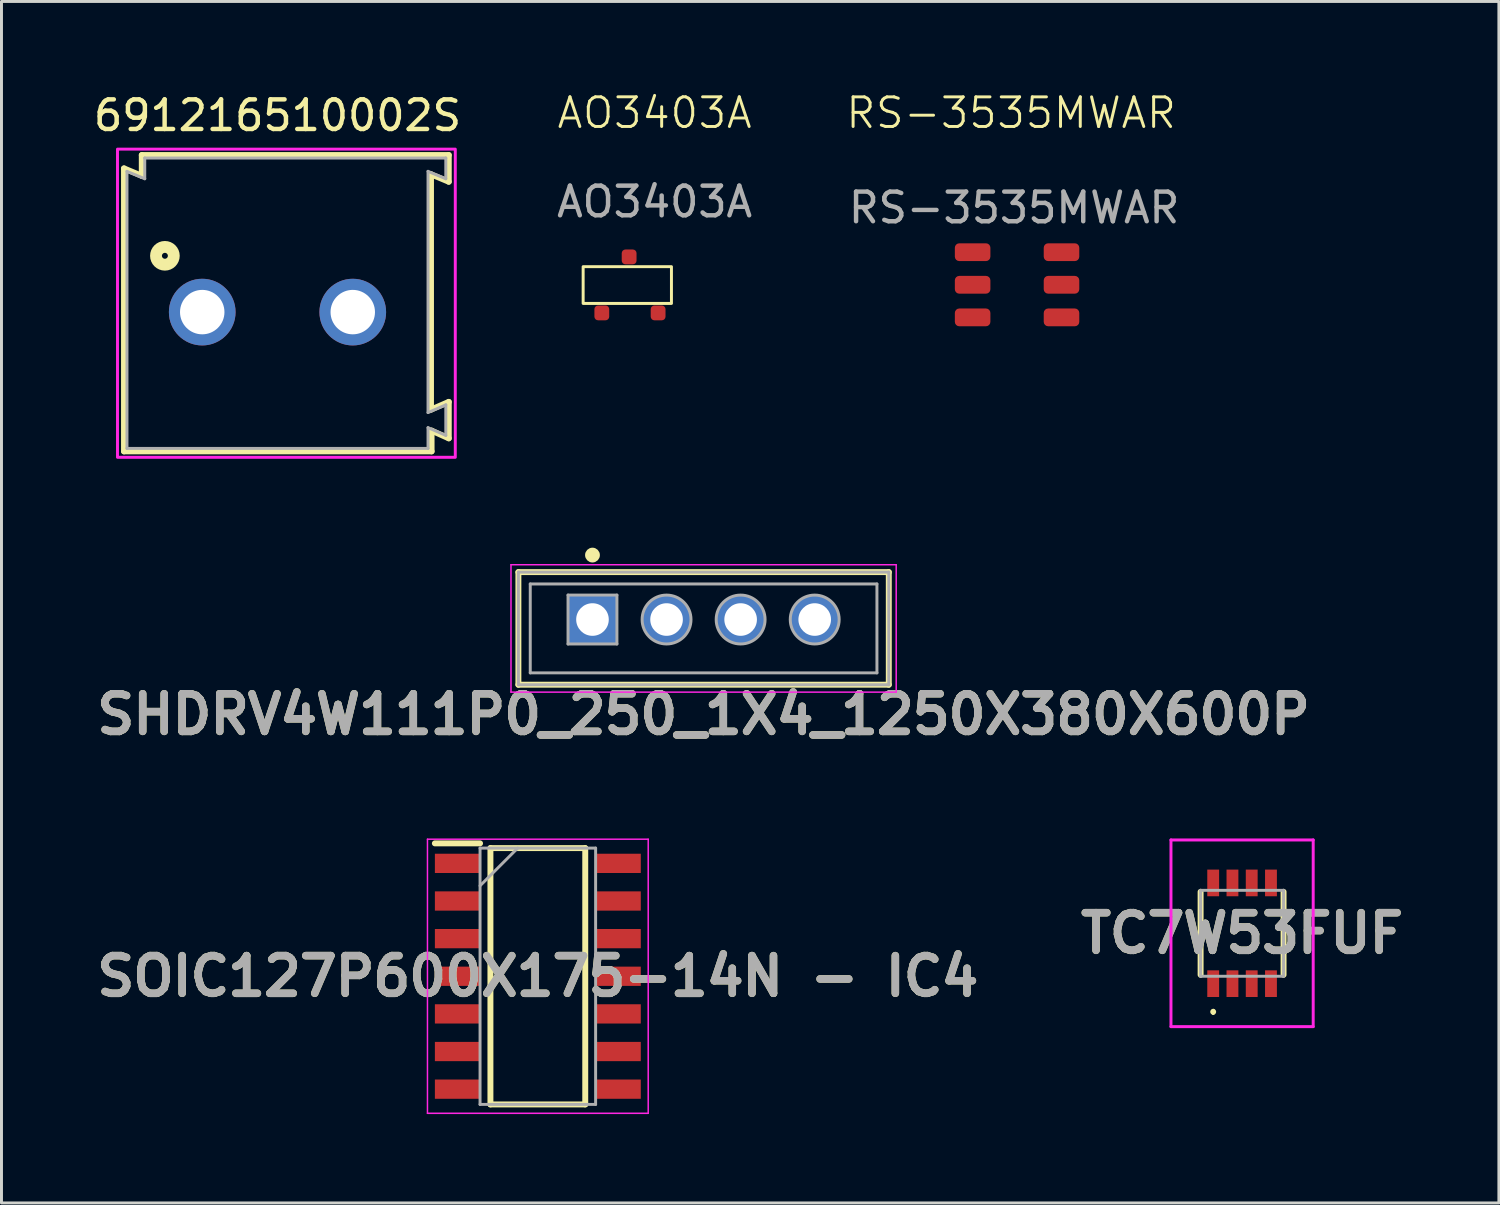
<source format=kicad_pcb>
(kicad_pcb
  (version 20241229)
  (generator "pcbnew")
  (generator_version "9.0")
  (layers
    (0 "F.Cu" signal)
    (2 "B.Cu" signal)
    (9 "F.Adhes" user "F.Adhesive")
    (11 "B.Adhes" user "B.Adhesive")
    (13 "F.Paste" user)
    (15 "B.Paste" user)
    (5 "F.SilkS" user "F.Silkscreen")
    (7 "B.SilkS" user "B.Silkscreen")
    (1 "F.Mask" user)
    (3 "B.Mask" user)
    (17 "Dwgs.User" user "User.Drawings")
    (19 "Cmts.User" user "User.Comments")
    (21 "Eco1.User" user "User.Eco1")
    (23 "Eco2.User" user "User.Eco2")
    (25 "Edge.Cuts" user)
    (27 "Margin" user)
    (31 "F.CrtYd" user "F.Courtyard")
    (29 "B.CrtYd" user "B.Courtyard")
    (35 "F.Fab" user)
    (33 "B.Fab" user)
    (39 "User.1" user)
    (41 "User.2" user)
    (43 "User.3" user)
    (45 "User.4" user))
  (footprint "TC7W53FUF"
    (layer "F.Cu")
    (at 38.868 28.447)
    (property "Reference" "TC7W53FUF" (at 0 0 0) (layer "F.SilkS") (effects (font (size 1.27 1.27) (thickness 0.254))))
    (attr smd)
    (fp_line (start -1.4 -1.4) (end -1.4 1.4) (stroke (width 0.2) (type solid)) (layer "F.SilkS"))
    (fp_line (start -0.975 2.6) (end -0.975 2.6) (stroke (width 0.1) (type solid)) (layer "F.SilkS"))
    (fp_line (start -0.975 2.7) (end -0.975 2.7) (stroke (width 0.1) (type solid)) (layer "F.SilkS"))
    (fp_line (start 1.4 -1.4) (end 1.4 1.4) (stroke (width 0.2) (type solid)) (layer "F.SilkS"))
    (fp_arc (start -0.975 2.6) (mid -0.925 2.65) (end -0.975 2.7) (stroke (width 0.1) (type solid)) (layer "F.SilkS"))
    (fp_arc (start -0.975 2.7) (mid -1.025 2.65) (end -0.975 2.6) (stroke (width 0.1) (type solid)) (layer "F.SilkS"))
    (fp_line (start -2.4 -3.15) (end 2.4 -3.15) (stroke (width 0.1) (type solid)) (layer "F.CrtYd"))
    (fp_line (start -2.4 3.15) (end -2.4 -3.15) (stroke (width 0.1) (type solid)) (layer "F.CrtYd"))
    (fp_line (start 2.4 -3.15) (end 2.4 3.15) (stroke (width 0.1) (type solid)) (layer "F.CrtYd"))
    (fp_line (start 2.4 3.15) (end -2.4 3.15) (stroke (width 0.1) (type solid)) (layer "F.CrtYd"))
    (fp_line (start -1.4 -1.45) (end 1.4 -1.45) (stroke (width 0.1) (type solid)) (layer "F.Fab"))
    (fp_line (start -1.4 1.45) (end -1.4 -1.45) (stroke (width 0.1) (type solid)) (layer "F.Fab"))
    (fp_line (start 1.4 -1.45) (end 1.4 1.45) (stroke (width 0.1) (type solid)) (layer "F.Fab"))
    (fp_line (start 1.4 1.45) (end -1.4 1.45) (stroke (width 0.1) (type solid)) (layer "F.Fab"))
    (fp_text user "${REFERENCE}" (at 0 0 0) (layer "F.Fab") (effects (font (size 1.27 1.27) (thickness 0.254))))
    (pad "1" smd rect (at -0.975 1.7) (size 0.4 0.9) (layers "F.Cu" "F.Mask" "F.Paste"))
    (pad "2" smd rect (at -0.325 1.7) (size 0.4 0.9) (layers "F.Cu" "F.Mask" "F.Paste"))
    (pad "3" smd rect (at 0.325 1.7) (size 0.4 0.9) (layers "F.Cu" "F.Mask" "F.Paste"))
    (pad "4" smd rect (at 0.975 1.7) (size 0.4 0.9) (layers "F.Cu" "F.Mask" "F.Paste"))
    (pad "5" smd rect (at 0.975 -1.7) (size 0.4 0.9) (layers "F.Cu" "F.Mask" "F.Paste"))
    (pad "6" smd rect (at 0.325 -1.7) (size 0.4 0.9) (layers "F.Cu" "F.Mask" "F.Paste"))
    (pad "7" smd rect (at -0.325 -1.7) (size 0.4 0.9) (layers "F.Cu" "F.Mask" "F.Paste"))
    (pad "8" smd rect (at -0.975 -1.7) (size 0.4 0.9) (layers "F.Cu" "F.Mask" "F.Paste")))
  (footprint "691216510002S"
    (layer "F.Cu")
    (at 6.315 7.483)
    (property "Reference" "691216510002S" (at 0 -6.635 0) (layer "F.SilkS") (effects (font (size 1 1) (thickness 0.15))))
    (attr through_hole)
    (fp_line (start -5.18 -4.85) (end -4.58 -4.6) (stroke (width 0.2) (type solid)) (layer "F.SilkS"))
    (fp_line (start -5.18 4.7) (end -5.18 -4.85) (stroke (width 0.2) (type solid)) (layer "F.SilkS"))
    (fp_line (start -4.58 -5.3) (end 5.78 -5.3) (stroke (width 0.2) (type solid)) (layer "F.SilkS"))
    (fp_line (start -4.58 -4.6) (end -4.58 -5.3) (stroke (width 0.2) (type solid)) (layer "F.SilkS"))
    (fp_line (start 5.18 -4.65) (end 5.18 3.29) (stroke (width 0.2) (type solid)) (layer "F.SilkS"))
    (fp_line (start 5.18 3.29) (end 5.78 3.03) (stroke (width 0.2) (type solid)) (layer "F.SilkS"))
    (fp_line (start 5.2 4) (end 5.2 4.7) (stroke (width 0.2) (type solid)) (layer "F.SilkS"))
    (fp_line (start 5.2 4.7) (end -5.18 4.7) (stroke (width 0.2) (type solid)) (layer "F.SilkS"))
    (fp_line (start 5.78 -5.3) (end 5.78 -4.4) (stroke (width 0.2) (type solid)) (layer "F.SilkS"))
    (fp_line (start 5.78 -4.4) (end 5.18 -4.65) (stroke (width 0.2) (type solid)) (layer "F.SilkS"))
    (fp_line (start 5.78 3.03) (end 5.78 4.26) (stroke (width 0.2) (type solid)) (layer "F.SilkS"))
    (fp_line (start 5.78 4.26) (end 5.2 4) (stroke (width 0.2) (type solid)) (layer "F.SilkS"))
    (fp_circle (center -3.8 -1.9) (end -3.7 -1.9) (stroke (width 0.4) (type solid)) (fill no) (layer "F.SilkS"))
    (fp_poly (pts (xy -5.4 -5.5) (xy 6 -5.5) (xy 6 4.9) (xy -5.4 4.9)) (stroke (width 0.1) (type solid)) (fill no) (layer "F.CrtYd"))
    (fp_line (start -5.08 -4.75) (end -5.08 4.6) (stroke (width 0.1) (type solid)) (layer "F.Fab"))
    (fp_line (start -5.08 -4.75) (end -4.48 -4.5) (stroke (width 0.1) (type solid)) (layer "F.Fab"))
    (fp_line (start -5.08 4.6) (end 5.08 4.6) (stroke (width 0.1) (type solid)) (layer "F.Fab"))
    (fp_line (start -4.48 -5.2) (end 5.68 -5.2) (stroke (width 0.1) (type solid)) (layer "F.Fab"))
    (fp_line (start -4.48 -4.5) (end -4.48 -5.2) (stroke (width 0.1) (type solid)) (layer "F.Fab"))
    (fp_line (start 5.08 -4.75) (end 5.08 3.39) (stroke (width 0.1) (type solid)) (layer "F.Fab"))
    (fp_line (start 5.08 -4.75) (end 5.68 -4.5) (stroke (width 0.1) (type solid)) (layer "F.Fab"))
    (fp_line (start 5.08 3.39) (end 5.68 3.13) (stroke (width 0.1) (type solid)) (layer "F.Fab"))
    (fp_line (start 5.08 3.9) (end 5.08 4.6) (stroke (width 0.1) (type solid)) (layer "F.Fab"))
    (fp_line (start 5.08 3.9) (end 5.68 4.16) (stroke (width 0.1) (type solid)) (layer "F.Fab"))
    (fp_line (start 5.68 -5.2) (end 5.68 -4.5) (stroke (width 0.1) (type solid)) (layer "F.Fab"))
    (fp_line (start 5.68 3.13) (end 5.68 4.16) (stroke (width 0.1) (type solid)) (layer "F.Fab"))
    (pad "1" thru_hole circle (at -2.54 0) (size 2.25 2.25) (drill 1.5) (layers "*.Cu" "*.Mask"))
    (pad "2" thru_hole circle (at 2.54 0) (size 2.25 2.25) (drill 1.5) (layers "*.Cu" "*.Mask")))
  (footprint "SOIC127P600X175-14N - IC4"
    (layer "F.Cu")
    (at 15.101 29.897)
    (property "Reference" "SOIC127P600X175-14N - IC4" (at 0 0 0) (layer "F.SilkS") (effects (font (size 1.27 1.27) (thickness 0.254))))
    (attr smd)
    (fp_line (start -3.475 -4.485) (end -1.95 -4.485) (stroke (width 0.2) (type solid)) (layer "F.SilkS"))
    (fp_line (start -1.6 -4.325) (end 1.6 -4.325) (stroke (width 0.2) (type solid)) (layer "F.SilkS"))
    (fp_line (start -1.6 4.325) (end -1.6 -4.325) (stroke (width 0.2) (type solid)) (layer "F.SilkS"))
    (fp_line (start 1.6 -4.325) (end 1.6 4.325) (stroke (width 0.2) (type solid)) (layer "F.SilkS"))
    (fp_line (start 1.6 4.325) (end -1.6 4.325) (stroke (width 0.2) (type solid)) (layer "F.SilkS"))
    (fp_line (start -3.725 -4.625) (end 3.725 -4.625) (stroke (width 0.05) (type solid)) (layer "F.CrtYd"))
    (fp_line (start -3.725 4.625) (end -3.725 -4.625) (stroke (width 0.05) (type solid)) (layer "F.CrtYd"))
    (fp_line (start 3.725 -4.625) (end 3.725 4.625) (stroke (width 0.05) (type solid)) (layer "F.CrtYd"))
    (fp_line (start 3.725 4.625) (end -3.725 4.625) (stroke (width 0.05) (type solid)) (layer "F.CrtYd"))
    (fp_line (start -1.95 -4.325) (end 1.95 -4.325) (stroke (width 0.1) (type solid)) (layer "F.Fab"))
    (fp_line (start -1.95 -3.055) (end -0.68 -4.325) (stroke (width 0.1) (type solid)) (layer "F.Fab"))
    (fp_line (start -1.95 4.325) (end -1.95 -4.325) (stroke (width 0.1) (type solid)) (layer "F.Fab"))
    (fp_line (start 1.95 -4.325) (end 1.95 4.325) (stroke (width 0.1) (type solid)) (layer "F.Fab"))
    (fp_line (start 1.95 4.325) (end -1.95 4.325) (stroke (width 0.1) (type solid)) (layer "F.Fab"))
    (fp_text user "${REFERENCE}" (at 0 0 0) (layer "F.Fab") (effects (font (size 1.27 1.27) (thickness 0.254))))
    (pad "1" smd rect (at -2.712 -3.81 90) (size 0.65 1.525) (layers "F.Cu" "F.Mask" "F.Paste"))
    (pad "2" smd rect (at -2.712 -2.54 90) (size 0.65 1.525) (layers "F.Cu" "F.Mask" "F.Paste"))
    (pad "3" smd rect (at -2.712 -1.27 90) (size 0.65 1.525) (layers "F.Cu" "F.Mask" "F.Paste"))
    (pad "4" smd rect (at -2.712 0 90) (size 0.65 1.525) (layers "F.Cu" "F.Mask" "F.Paste"))
    (pad "5" smd rect (at -2.712 1.27 90) (size 0.65 1.525) (layers "F.Cu" "F.Mask" "F.Paste"))
    (pad "6" smd rect (at -2.712 2.54 90) (size 0.65 1.525) (layers "F.Cu" "F.Mask" "F.Paste"))
    (pad "7" smd rect (at -2.712 3.81 90) (size 0.65 1.525) (layers "F.Cu" "F.Mask" "F.Paste"))
    (pad "8" smd rect (at 2.712 3.81 90) (size 0.65 1.525) (layers "F.Cu" "F.Mask" "F.Paste"))
    (pad "9" smd rect (at 2.712 2.54 90) (size 0.65 1.525) (layers "F.Cu" "F.Mask" "F.Paste"))
    (pad "10" smd rect (at 2.712 1.27 90) (size 0.65 1.525) (layers "F.Cu" "F.Mask" "F.Paste"))
    (pad "11" smd rect (at 2.712 0 90) (size 0.65 1.525) (layers "F.Cu" "F.Mask" "F.Paste"))
    (pad "12" smd rect (at 2.712 -1.27 90) (size 0.65 1.525) (layers "F.Cu" "F.Mask" "F.Paste"))
    (pad "13" smd rect (at 2.712 -2.54 90) (size 0.65 1.525) (layers "F.Cu" "F.Mask" "F.Paste"))
    (pad "14" smd rect (at 2.712 -3.81 90) (size 0.65 1.525) (layers "F.Cu" "F.Mask" "F.Paste")))
  (footprint "SHDRV4W111P0_250_1X4_1250X380X600P"
    (layer "F.Cu")
    (at 16.945 17.858)
    (property "Reference" "SHDRV4W111P0_250_1X4_1250X380X600P" (at 3.75 3.2 0) (layer "F.SilkS") (effects (font (size 1.27 1.27) (thickness 0.254))))
    (attr through_hole)
    (fp_line (start -2.5 -1.6) (end 10 -1.6) (stroke (width 0.2) (type solid)) (layer "F.SilkS"))
    (fp_line (start -2.5 2.2) (end -2.5 -1.6) (stroke (width 0.2) (type solid)) (layer "F.SilkS"))
    (fp_line (start -2.5 2.2) (end 10 2.2) (stroke (width 0.2) (type solid)) (layer "F.SilkS"))
    (fp_line (start 10 2.2) (end 10 -1.6) (stroke (width 0.2) (type solid)) (layer "F.SilkS"))
    (fp_circle (center 0 -2.175) (end 0 -2.05) (stroke (width 0.25) (type solid)) (fill no) (layer "F.SilkS"))
    (fp_line (start -2.75 -1.85) (end -2.75 2.45) (stroke (width 0.05) (type solid)) (layer "F.CrtYd"))
    (fp_line (start -2.75 2.45) (end 10.25 2.45) (stroke (width 0.05) (type solid)) (layer "F.CrtYd"))
    (fp_line (start -2.5 -1.6) (end -2.5 2.2) (stroke (width 0.001) (type solid)) (layer "F.CrtYd"))
    (fp_line (start -2.5 2.2) (end 10 2.2) (stroke (width 0.001) (type solid)) (layer "F.CrtYd"))
    (fp_line (start -0.5 0) (end 0.5 0) (stroke (width 0.05) (type solid)) (layer "F.CrtYd"))
    (fp_line (start 0 0.5) (end 0 -0.5) (stroke (width 0.05) (type solid)) (layer "F.CrtYd"))
    (fp_line (start 10 -1.6) (end -2.5 -1.6) (stroke (width 0.001) (type solid)) (layer "F.CrtYd"))
    (fp_line (start 10 2.2) (end 10 -1.6) (stroke (width 0.001) (type solid)) (layer "F.CrtYd"))
    (fp_line (start 10.25 -1.85) (end -2.75 -1.85) (stroke (width 0.05) (type solid)) (layer "F.CrtYd"))
    (fp_line (start 10.25 2.45) (end 10.25 -1.85) (stroke (width 0.05) (type solid)) (layer "F.CrtYd"))
    (fp_line (start -2.5 -1.6) (end -2.5 2.2) (stroke (width 0.1) (type solid)) (layer "F.Fab"))
    (fp_line (start -2.5 2.2) (end 10 2.2) (stroke (width 0.1) (type solid)) (layer "F.Fab"))
    (fp_line (start -2.1 -1.2) (end -2.1 1.8) (stroke (width 0.1) (type solid)) (layer "F.Fab"))
    (fp_line (start -2.1 1.8) (end 9.6 1.8) (stroke (width 0.1) (type solid)) (layer "F.Fab"))
    (fp_line (start -0.825 -0.825) (end 0.825 -0.825) (stroke (width 0.1) (type solid)) (layer "F.Fab"))
    (fp_line (start -0.825 0.825) (end -0.825 -0.825) (stroke (width 0.1) (type solid)) (layer "F.Fab"))
    (fp_line (start 0.825 -0.825) (end 0.825 0.825) (stroke (width 0.1) (type solid)) (layer "F.Fab"))
    (fp_line (start 0.825 0.825) (end -0.825 0.825) (stroke (width 0.1) (type solid)) (layer "F.Fab"))
    (fp_line (start 9.6 -1.2) (end -2.1 -1.2) (stroke (width 0.1) (type solid)) (layer "F.Fab"))
    (fp_line (start 9.6 1.8) (end 9.6 -1.2) (stroke (width 0.1) (type solid)) (layer "F.Fab"))
    (fp_line (start 10 -1.6) (end -2.5 -1.6) (stroke (width 0.1) (type solid)) (layer "F.Fab"))
    (fp_line (start 10 2.2) (end 10 -1.6) (stroke (width 0.1) (type solid)) (layer "F.Fab"))
    (fp_circle (center 2.5 0) (end 2.5 0.825) (stroke (width 0.1) (type solid)) (fill no) (layer "F.Fab"))
    (fp_circle (center 5 0) (end 5 0.825) (stroke (width 0.1) (type solid)) (fill no) (layer "F.Fab"))
    (fp_circle (center 7.5 0) (end 7.5 0.825) (stroke (width 0.1) (type solid)) (fill no) (layer "F.Fab"))
    (fp_text user "${REFERENCE}" (at 3.75 3.2 0) (layer "F.Fab") (effects (font (size 1.27 1.27) (thickness 0.254))))
    (pad "1" thru_hole rect (at 0 0) (size 1.65 1.65) (drill 1.1) (layers "*.Cu" "*.Mask"))
    (pad "2" thru_hole circle (at 2.5 0) (size 1.65 1.65) (drill 1.1) (layers "*.Cu" "*.Mask"))
    (pad "3" thru_hole circle (at 5 0) (size 1.65 1.65) (drill 1.1) (layers "*.Cu" "*.Mask"))
    (pad "4" thru_hole circle (at 7.5 0) (size 1.65 1.65) (drill 1.1) (layers "*.Cu" "*.Mask")))
  (footprint "RS-3535MWAR"
    (layer "F.Cu")
    (at 31.274 6.561)
    (property "Reference" "RS-3535MWAR" (at -0.2 -5.8 0) (unlocked yes) (layer "F.SilkS") (effects (font (size 1 1) (thickness 0.1))))
    (attr smd)
    (fp_text user "${REFERENCE}" (at -0.1 -2.6 0) (unlocked yes) (layer "F.Fab") (effects (font (size 1 1) (thickness 0.15))))
    (pad "1" smd roundrect (at 1.5 0.8) (size 1.2 0.6) (drill (offset 0 0.3)) (layers "F.Cu" "F.Mask" "F.Paste") (roundrect_rratio 0.25))
    (pad "2" smd roundrect (at 1.5 -0.3) (size 1.2 0.6) (drill (offset 0 0.3)) (layers "F.Cu" "F.Mask" "F.Paste") (roundrect_rratio 0.25))
    (pad "3" smd roundrect (at 1.5 -1.4) (size 1.2 0.6) (drill (offset 0 0.3)) (layers "F.Cu" "F.Mask" "F.Paste") (roundrect_rratio 0.25))
    (pad "4" smd roundrect (at -1.5 -1.4) (size 1.2 0.6) (drill (offset 0 0.3)) (layers "F.Cu" "F.Mask" "F.Paste") (roundrect_rratio 0.25))
    (pad "5" smd roundrect (at -1.5 -0.3) (size 1.2 0.6) (drill (offset 0 0.3)) (layers "F.Cu" "F.Mask" "F.Paste") (roundrect_rratio 0.25))
    (pad "6" smd roundrect (at -1.5 0.8) (size 1.2 0.6) (drill (offset 0 0.3)) (layers "F.Cu" "F.Mask" "F.Paste") (roundrect_rratio 0.25)))
  (footprint "AO3403A"
    (layer "F.Cu")
    (at 18.172 5.96)
    (property "Reference" "AO3403A" (at 0.87 -5.2 0) (unlocked yes) (layer "F.SilkS") (effects (font (size 1 1) (thickness 0.1))))
    (attr smd)
    (fp_rect (start -1.542 -0.01) (end 1.438 1.23) (stroke (width 0.1) (type default)) (fill no) (layer "F.SilkS"))
    (fp_text user "${REFERENCE}" (at 0.87 -2.2 0) (unlocked yes) (layer "F.Fab") (effects (font (size 1 1) (thickness 0.15))))
    (pad "1" smd roundrect (at -0.912 1.55 90) (size 0.5 0.5) (layers "F.Cu" "F.Mask" "F.Paste") (roundrect_rratio 0.25))
    (pad "2" smd roundrect (at 0.988 1.55 90) (size 0.5 0.5) (layers "F.Cu" "F.Mask" "F.Paste") (roundrect_rratio 0.25))
    (pad "3" smd roundrect (at 0.01 -0.34 90) (size 0.5 0.5) (layers "F.Cu" "F.Mask" "F.Paste") (roundrect_rratio 0.25)))
  (gr_rect
    (start -3 -3)
    (end 47.535 37.547)
    (stroke (width 0.1) (type default))
    (fill no)
    (layer "Edge.Cuts")))
</source>
